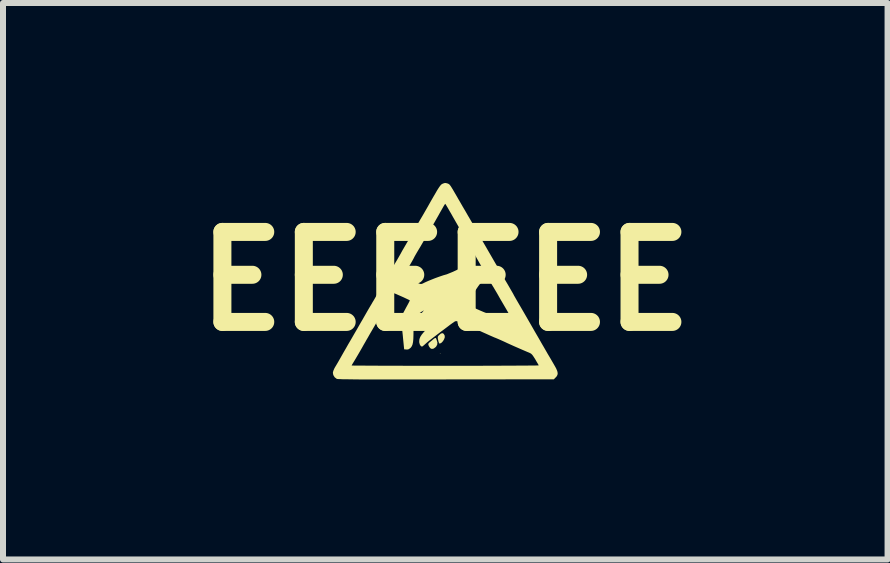
<source format=kicad_pcb>
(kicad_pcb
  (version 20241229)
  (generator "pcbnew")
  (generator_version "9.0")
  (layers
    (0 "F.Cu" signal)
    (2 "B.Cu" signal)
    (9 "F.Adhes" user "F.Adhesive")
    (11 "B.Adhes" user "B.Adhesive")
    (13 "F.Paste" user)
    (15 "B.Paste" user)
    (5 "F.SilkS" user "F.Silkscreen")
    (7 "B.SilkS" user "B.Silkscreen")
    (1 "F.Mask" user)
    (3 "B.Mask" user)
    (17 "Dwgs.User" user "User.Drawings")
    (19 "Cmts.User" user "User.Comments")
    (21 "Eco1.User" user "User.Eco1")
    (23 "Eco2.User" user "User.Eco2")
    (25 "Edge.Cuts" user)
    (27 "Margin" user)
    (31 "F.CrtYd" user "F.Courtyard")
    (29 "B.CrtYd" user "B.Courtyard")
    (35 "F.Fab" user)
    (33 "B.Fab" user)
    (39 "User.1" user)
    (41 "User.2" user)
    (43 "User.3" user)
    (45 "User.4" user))
  (footprint "EEEEEE"
    (layer "F.Cu")
    (at 4.371 1.637)
    (property "Reference" "EEEEEE" (at 0 0 0) (layer "F.SilkS") (effects (font (size 1.5 1.5) (thickness 0.3))))
    (attr board_only exclude_from_pos_files exclude_from_bom)
    (fp_poly (pts (xy -0.08 1.205) (xy -0.085 1.21) (xy -0.09 1.205) (xy -0.085 1.2)) (stroke (width 0) (type solid)) (fill yes) (layer "F.SilkS"))
    (fp_poly (pts (xy -0.027 0.876) (xy -0.01 0.905) (xy -0.009 0.908) (xy -0.008 0.935) (xy -0.019 0.967) (xy -0.038 0.999) (xy -0.062 1.025) (xy -0.088 1.039) (xy -0.095 1.04) (xy -0.103 1.031) (xy -0.112 1.008) (xy -0.118 0.983) (xy -0.124 0.95) (xy -0.125 0.93) (xy -0.119 0.916) (xy -0.107 0.902) (xy -0.075 0.874) (xy -0.049 0.865)) (stroke (width 0) (type solid)) (fill yes) (layer "F.SilkS"))
    (fp_poly (pts (xy -0.158 0.947) (xy -0.152 0.956) (xy -0.145 0.973) (xy -0.145 0.973) (xy -0.131 1.02) (xy -0.134 1.058) (xy -0.153 1.091) (xy -0.161 1.099) (xy -0.193 1.123) (xy -0.224 1.129) (xy -0.25 1.116) (xy -0.253 1.112) (xy -0.269 1.089) (xy -0.279 1.068) (xy -0.283 1.052) (xy -0.28 1.039) (xy -0.266 1.023) (xy -0.242 1.003) (xy -0.206 0.973) (xy -0.182 0.954) (xy -0.167 0.946)) (stroke (width 0) (type solid)) (fill yes) (layer "F.SilkS"))
    (fp_poly (pts (xy 0.032 -1.631) (xy 0.044 -1.627) (xy 0.055 -1.622) (xy 0.066 -1.615) (xy 0.077 -1.603) (xy 0.091 -1.585) (xy 0.108 -1.558) (xy 0.131 -1.52) (xy 0.16 -1.47) (xy 0.198 -1.405) (xy 0.213 -1.378) (xy 0.251 -1.313) (xy 0.294 -1.238) (xy 0.339 -1.162) (xy 0.379 -1.092) (xy 0.392 -1.07) (xy 0.426 -1.012) (xy 0.46 -0.953) (xy 0.491 -0.898) (xy 0.518 -0.852) (xy 0.53 -0.83) (xy 0.546 -0.801) (xy 0.567 -0.765) (xy 0.593 -0.719) (xy 0.625 -0.663) (xy 0.664 -0.596) (xy 0.71 -0.516) (xy 0.764 -0.423) (xy 0.827 -0.314) (xy 0.885 -0.215) (xy 0.91 -0.172) (xy 0.941 -0.118) (xy 0.977 -0.056) (xy 1.014 0.007) (xy 1.039 0.049) (xy 1.069 0.101) (xy 1.096 0.148) (xy 1.118 0.186) (xy 1.133 0.212) (xy 1.139 0.224) (xy 1.139 0.224) (xy 1.145 0.236) (xy 1.16 0.262) (xy 1.181 0.299) (xy 1.207 0.344) (xy 1.228 0.38) (xy 1.262 0.438) (xy 1.298 0.5) (xy 1.332 0.559) (xy 1.361 0.609) (xy 1.37 0.625) (xy 1.393 0.665) (xy 1.423 0.717) (xy 1.458 0.778) (xy 1.495 0.843) (xy 1.533 0.908) (xy 1.54 0.92) (xy 1.578 0.986) (xy 1.611 1.044) (xy 1.642 1.097) (xy 1.672 1.149) (xy 1.704 1.205) (xy 1.741 1.267) (xy 1.783 1.339) (xy 1.816 1.396) (xy 1.848 1.453) (xy 1.867 1.498) (xy 1.874 1.533) (xy 1.87 1.561) (xy 1.856 1.587) (xy 1.842 1.602) (xy 1.81 1.635) (xy 0.012 1.637) (xy -0.22 1.638) (xy -0.432 1.638) (xy -0.626 1.638) (xy -0.803 1.638) (xy -0.962 1.638) (xy -1.105 1.638) (xy -1.232 1.638) (xy -1.345 1.637) (xy -1.443 1.637) (xy -1.528 1.636) (xy -1.6 1.635) (xy -1.66 1.634) (xy -1.709 1.634) (xy -1.747 1.632) (xy -1.776 1.631) (xy -1.795 1.63) (xy -1.806 1.628) (xy -1.809 1.627) (xy -1.843 1.601) (xy -1.866 1.564) (xy -1.873 1.525) (xy -1.866 1.495) (xy -1.85 1.457) (xy -1.837 1.433) (xy -1.82 1.405) (xy -1.56 1.405) (xy -1.55 1.405) (xy -1.521 1.406) (xy -1.475 1.406) (xy -1.411 1.407) (xy -1.332 1.407) (xy -1.239 1.408) (xy -1.131 1.408) (xy -1.011 1.409) (xy -0.88 1.409) (xy -0.739 1.409) (xy -0.588 1.41) (xy -0.429 1.41) (xy -0.262 1.41) (xy -0.09 1.41) (xy 0.001 1.41) (xy 0.176 1.41) (xy 0.345 1.41) (xy 0.508 1.41) (xy 0.663 1.409) (xy 0.809 1.409) (xy 0.946 1.408) (xy 1.071 1.408) (xy 1.185 1.407) (xy 1.286 1.407) (xy 1.372 1.406) (xy 1.444 1.405) (xy 1.499 1.405) (xy 1.536 1.404) (xy 1.556 1.403) (xy 1.558 1.403) (xy 1.552 1.391) (xy 1.538 1.367) (xy 1.518 1.333) (xy 1.501 1.303) (xy 1.473 1.259) (xy 1.452 1.229) (xy 1.433 1.21) (xy 1.414 1.198) (xy 1.411 1.197) (xy 1.285 1.143) (xy 1.152 1.085) (xy 1.021 1.026) (xy 1.02 1.025) (xy 0.968 1.001) (xy 0.919 0.979) (xy 0.878 0.961) (xy 0.849 0.949) (xy 0.84 0.945) (xy 0.821 0.938) (xy 0.787 0.923) (xy 0.741 0.903) (xy 0.686 0.878) (xy 0.625 0.851) (xy 0.59 0.835) (xy 0.527 0.807) (xy 0.468 0.78) (xy 0.417 0.758) (xy 0.376 0.74) (xy 0.348 0.728) (xy 0.34 0.725) (xy 0.312 0.714) (xy 0.274 0.698) (xy 0.246 0.685) (xy 0.208 0.67) (xy 0.183 0.665) (xy 0.166 0.668) (xy 0.156 0.673) (xy 0.141 0.684) (xy 0.117 0.7) (xy 0.085 0.723) (xy 0.043 0.755) (xy -0.01 0.795) (xy -0.077 0.845) (xy -0.157 0.906) (xy -0.19 0.931) (xy -0.233 0.964) (xy -0.276 0.998) (xy -0.312 1.028) (xy -0.332 1.046) (xy -0.358 1.069) (xy -0.378 1.085) (xy -0.388 1.09) (xy -0.407 1.081) (xy -0.423 1.057) (xy -0.433 1.023) (xy -0.434 1) (xy -0.43 0.964) (xy -0.416 0.928) (xy -0.392 0.89) (xy -0.355 0.845) (xy -0.306 0.795) (xy -0.274 0.763) (xy -0.246 0.734) (xy -0.226 0.713) (xy -0.22 0.705) (xy -0.218 0.7) (xy -0.229 0.706) (xy -0.249 0.719) (xy -0.274 0.739) (xy -0.302 0.762) (xy -0.33 0.787) (xy -0.331 0.788) (xy -0.367 0.821) (xy -0.41 0.744) (xy -0.435 0.693) (xy -0.447 0.651) (xy -0.446 0.615) (xy -0.43 0.579) (xy -0.4 0.539) (xy -0.398 0.537) (xy -0.355 0.485) (xy -0.395 0.509) (xy -0.433 0.534) (xy -0.46 0.556) (xy -0.483 0.583) (xy -0.5 0.608) (xy -0.53 0.653) (xy -0.529 0.814) (xy -0.53 0.897) (xy -0.532 0.963) (xy -0.537 1.014) (xy -0.545 1.053) (xy -0.557 1.082) (xy -0.572 1.104) (xy -0.581 1.113) (xy -0.608 1.133) (xy -0.635 1.139) (xy -0.648 1.138) (xy -0.685 1.135) (xy -0.702 0.965) (xy -0.708 0.901) (xy -0.715 0.836) (xy -0.722 0.777) (xy -0.727 0.729) (xy -0.73 0.71) (xy -0.734 0.673) (xy -0.736 0.644) (xy -0.734 0.618) (xy -0.727 0.591) (xy -0.715 0.559) (xy -0.695 0.519) (xy -0.667 0.467) (xy -0.655 0.444) (xy -0.631 0.4) (xy -0.611 0.363) (xy -0.597 0.335) (xy -0.591 0.321) (xy -0.59 0.32) (xy -0.599 0.314) (xy -0.622 0.303) (xy -0.656 0.287) (xy -0.696 0.268) (xy -0.739 0.249) (xy -0.78 0.231) (xy -0.816 0.215) (xy -0.843 0.204) (xy -0.857 0.2) (xy -0.857 0.2) (xy -0.868 0.208) (xy -0.878 0.223) (xy -0.895 0.255) (xy -0.922 0.304) (xy -0.958 0.367) (xy -1.002 0.444) (xy -1.049 0.525) (xy -1.106 0.621) (xy -1.153 0.702) (xy -1.192 0.769) (xy -1.224 0.824) (xy -1.251 0.87) (xy -1.272 0.907) (xy -1.29 0.939) (xy -1.306 0.966) (xy -1.32 0.99) (xy -1.328 1.005) (xy -1.357 1.055) (xy -1.389 1.112) (xy -1.423 1.171) (xy -1.456 1.228) (xy -1.487 1.28) (xy -1.513 1.324) (xy -1.532 1.355) (xy -1.536 1.362) (xy -1.551 1.386) (xy -1.559 1.402) (xy -1.56 1.405) (xy -1.82 1.405) (xy -1.817 1.4) (xy -1.791 1.356) (xy -1.763 1.307) (xy -1.742 1.27) (xy -1.72 1.231) (xy -1.69 1.178) (xy -1.654 1.116) (xy -1.616 1.049) (xy -1.576 0.981) (xy -1.555 0.945) (xy -1.516 0.877) (xy -1.475 0.807) (xy -1.437 0.74) (xy -1.402 0.679) (xy -1.373 0.63) (xy -1.362 0.61) (xy -1.331 0.556) (xy -1.295 0.493) (xy -1.257 0.428) (xy -1.221 0.368) (xy -1.219 0.363) (xy -1.191 0.317) (xy -1.168 0.277) (xy -1.151 0.247) (xy -1.141 0.229) (xy -1.14 0.225) (xy -1.135 0.215) (xy -1.122 0.191) (xy -1.102 0.158) (xy -1.081 0.122) (xy -1.052 0.074) (xy -1.018 0.015) (xy -0.983 -0.045) (xy -0.962 -0.081) (xy -0.694 -0.081) (xy -0.694 -0.08) (xy -0.682 -0.073) (xy -0.656 -0.06) (xy -0.62 -0.043) (xy -0.577 -0.024) (xy -0.533 -0.004) (xy -0.491 0.015) (xy -0.454 0.031) (xy -0.428 0.041) (xy -0.427 0.042) (xy -0.407 0.047) (xy -0.386 0.043) (xy -0.358 0.03) (xy -0.351 0.026) (xy -0.321 0.012) (xy -0.278 -0.007) (xy -0.226 -0.028) (xy -0.171 -0.05) (xy -0.116 -0.07) (xy -0.067 -0.087) (xy -0.028 -0.1) (xy -0.01 -0.105) (xy 0.025 -0.115) (xy 0.072 -0.134) (xy 0.128 -0.157) (xy 0.186 -0.184) (xy 0.243 -0.212) (xy 0.294 -0.238) (xy 0.334 -0.262) (xy 0.341 -0.266) (xy 0.373 -0.287) (xy 0.398 -0.302) (xy 0.412 -0.309) (xy 0.414 -0.309) (xy 0.42 -0.3) (xy 0.435 -0.276) (xy 0.456 -0.243) (xy 0.481 -0.202) (xy 0.483 -0.198) (xy 0.511 -0.153) (xy 0.539 -0.109) (xy 0.564 -0.072) (xy 0.579 -0.049) (xy 0.6 -0.019) (xy 0.608 0.003) (xy 0.604 0.019) (xy 0.589 0.036) (xy 0.589 0.036) (xy 0.571 0.055) (xy 0.548 0.086) (xy 0.521 0.126) (xy 0.491 0.171) (xy 0.461 0.219) (xy 0.432 0.266) (xy 0.407 0.31) (xy 0.387 0.347) (xy 0.374 0.375) (xy 0.369 0.391) (xy 0.37 0.392) (xy 0.382 0.399) (xy 0.409 0.411) (xy 0.446 0.428) (xy 0.489 0.448) (xy 0.535 0.468) (xy 0.58 0.488) (xy 0.62 0.505) (xy 0.65 0.518) (xy 0.665 0.524) (xy 0.699 0.537) (xy 0.731 0.551) (xy 0.735 0.553) (xy 0.756 0.564) (xy 0.791 0.58) (xy 0.833 0.599) (xy 0.87 0.616) (xy 0.925 0.64) (xy 0.987 0.668) (xy 1.044 0.694) (xy 1.07 0.706) (xy 1.11 0.723) (xy 1.143 0.738) (xy 1.165 0.747) (xy 1.172 0.749) (xy 1.171 0.742) (xy 1.161 0.721) (xy 1.146 0.691) (xy 1.141 0.682) (xy 1.123 0.65) (xy 1.097 0.605) (xy 1.067 0.553) (xy 1.035 0.498) (xy 1.019 0.47) (xy 0.985 0.412) (xy 0.95 0.352) (xy 0.916 0.294) (xy 0.889 0.246) (xy 0.88 0.23) (xy 0.854 0.185) (xy 0.827 0.14) (xy 0.805 0.102) (xy 0.794 0.085) (xy 0.773 0.05) (xy 0.749 0.007) (xy 0.726 -0.035) (xy 0.706 -0.072) (xy 0.679 -0.12) (xy 0.649 -0.172) (xy 0.623 -0.215) (xy 0.595 -0.261) (xy 0.569 -0.306) (xy 0.548 -0.343) (xy 0.534 -0.368) (xy 0.521 -0.391) (xy 0.501 -0.427) (xy 0.475 -0.473) (xy 0.445 -0.525) (xy 0.417 -0.573) (xy 0.362 -0.666) (xy 0.317 -0.745) (xy 0.278 -0.812) (xy 0.244 -0.87) (xy 0.214 -0.922) (xy 0.186 -0.971) (xy 0.158 -1.02) (xy 0.128 -1.072) (xy 0.103 -1.117) (xy 0.072 -1.17) (xy 0.046 -1.216) (xy 0.024 -1.253) (xy 0.008 -1.279) (xy 0.000387 -1.289) (xy 0 -1.29) (xy -0.005 -1.285) (xy -0.015 -1.27) (xy -0.032 -1.242) (xy -0.055 -1.201) (xy -0.087 -1.145) (xy -0.109 -1.105) (xy -0.126 -1.075) (xy -0.15 -1.033) (xy -0.179 -0.982) (xy -0.21 -0.929) (xy -0.224 -0.905) (xy -0.256 -0.852) (xy -0.286 -0.8) (xy -0.313 -0.753) (xy -0.334 -0.717) (xy -0.34 -0.705) (xy -0.358 -0.673) (xy -0.383 -0.63) (xy -0.412 -0.58) (xy -0.442 -0.53) (xy -0.447 -0.522) (xy -0.473 -0.478) (xy -0.495 -0.44) (xy -0.511 -0.412) (xy -0.519 -0.396) (xy -0.52 -0.394) (xy -0.525 -0.384) (xy -0.538 -0.36) (xy -0.557 -0.326) (xy -0.58 -0.286) (xy -0.605 -0.243) (xy -0.63 -0.201) (xy -0.653 -0.163) (xy -0.671 -0.134) (xy -0.682 -0.117) (xy -0.693 -0.096) (xy -0.694 -0.081) (xy -0.962 -0.081) (xy -0.955 -0.095) (xy -0.923 -0.151) (xy -0.888 -0.211) (xy -0.855 -0.268) (xy -0.829 -0.311) (xy -0.801 -0.358) (xy -0.773 -0.407) (xy -0.748 -0.451) (xy -0.737 -0.471) (xy -0.718 -0.506) (xy -0.691 -0.552) (xy -0.662 -0.602) (xy -0.64 -0.64) (xy -0.609 -0.692) (xy -0.577 -0.748) (xy -0.547 -0.8) (xy -0.53 -0.83) (xy -0.506 -0.873) (xy -0.475 -0.927) (xy -0.442 -0.983) (xy -0.415 -1.03) (xy -0.382 -1.085) (xy -0.347 -1.146) (xy -0.313 -1.205) (xy -0.29 -1.245) (xy -0.24 -1.334) (xy -0.198 -1.407) (xy -0.164 -1.465) (xy -0.137 -1.512) (xy -0.115 -1.547) (xy -0.097 -1.574) (xy -0.083 -1.592) (xy -0.072 -1.606) (xy -0.061 -1.615) (xy -0.051 -1.621) (xy -0.046 -1.624) (xy -0.017 -1.635) (xy 0.007 -1.637)) (stroke (width 0) (type solid)) (fill yes) (layer "F.SilkS")))
  (gr_rect
    (start -3 -3)
    (end 11.743 6.275)
    (stroke (width 0.1) (type default))
    (fill no)
    (layer "Edge.Cuts")))
</source>
